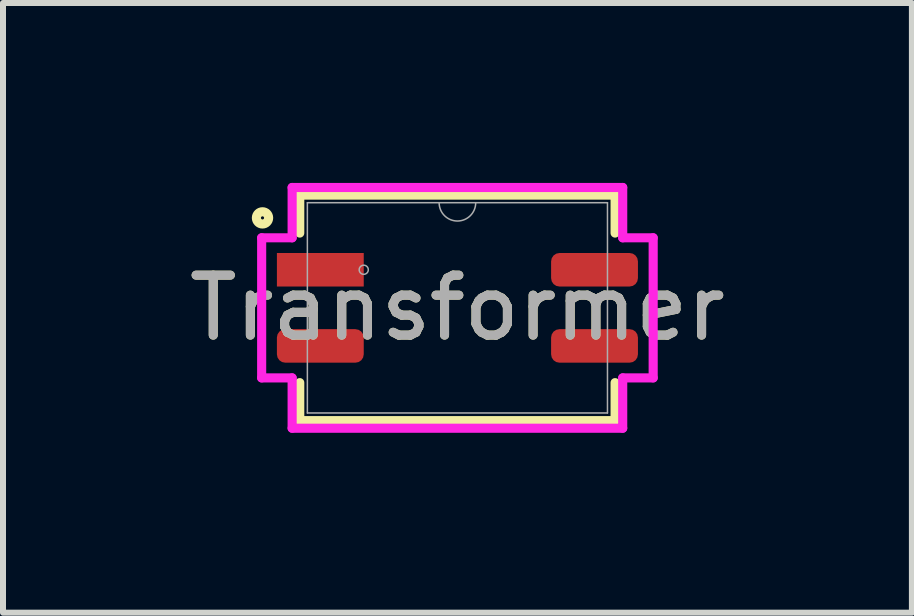
<source format=kicad_pcb>
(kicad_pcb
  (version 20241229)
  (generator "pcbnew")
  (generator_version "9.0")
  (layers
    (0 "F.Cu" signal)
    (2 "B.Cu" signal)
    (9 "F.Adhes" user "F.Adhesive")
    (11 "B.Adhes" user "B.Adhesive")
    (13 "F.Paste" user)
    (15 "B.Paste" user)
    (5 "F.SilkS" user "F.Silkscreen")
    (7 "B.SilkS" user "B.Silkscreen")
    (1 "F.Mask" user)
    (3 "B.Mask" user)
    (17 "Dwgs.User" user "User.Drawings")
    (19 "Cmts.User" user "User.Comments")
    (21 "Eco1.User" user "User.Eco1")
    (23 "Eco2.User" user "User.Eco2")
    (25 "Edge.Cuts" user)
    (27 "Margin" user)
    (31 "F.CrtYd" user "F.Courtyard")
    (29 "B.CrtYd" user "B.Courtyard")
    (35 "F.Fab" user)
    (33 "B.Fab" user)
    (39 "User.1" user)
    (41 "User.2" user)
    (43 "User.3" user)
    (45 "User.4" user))
  (footprint "Transformer"
    (layer "F.Cu")
    (at 4.577 2.083)
    (property "Reference" "Transformer" (at 0 0 0) (unlocked yes) (layer "F.SilkS") (effects (font (size 1 1) (thickness 0.15))))
    (attr smd)
    (fp_line (start -2.629 -1.88) (end -2.629 -1.247) (stroke (width 0.152) (type solid)) (layer "F.SilkS"))
    (fp_line (start -2.629 1.247) (end -2.629 1.88) (stroke (width 0.152) (type solid)) (layer "F.SilkS"))
    (fp_line (start -2.629 1.88) (end 2.629 1.88) (stroke (width 0.152) (type solid)) (layer "F.SilkS"))
    (fp_line (start 2.629 -1.88) (end -2.629 -1.88) (stroke (width 0.152) (type solid)) (layer "F.SilkS"))
    (fp_line (start 2.629 -1.247) (end 2.629 -1.88) (stroke (width 0.152) (type solid)) (layer "F.SilkS"))
    (fp_line (start 2.629 1.88) (end 2.629 1.247) (stroke (width 0.152) (type solid)) (layer "F.SilkS"))
    (fp_circle (center -3.25 -1.5) (end -3.148 -1.5) (stroke (width 0.152) (type solid)) (fill no) (layer "F.SilkS"))
    (fp_line (start -3.264 -1.168) (end -2.756 -1.168) (stroke (width 0.152) (type solid)) (layer "F.CrtYd"))
    (fp_line (start -3.264 1.168) (end -3.264 -1.168) (stroke (width 0.152) (type solid)) (layer "F.CrtYd"))
    (fp_line (start -3.264 1.168) (end -2.756 1.168) (stroke (width 0.152) (type solid)) (layer "F.CrtYd"))
    (fp_line (start -2.756 -2.007) (end 2.756 -2.007) (stroke (width 0.152) (type solid)) (layer "F.CrtYd"))
    (fp_line (start -2.756 -1.168) (end -2.756 -2.007) (stroke (width 0.152) (type solid)) (layer "F.CrtYd"))
    (fp_line (start -2.756 2.007) (end -2.756 1.168) (stroke (width 0.152) (type solid)) (layer "F.CrtYd"))
    (fp_line (start 2.756 -2.007) (end 2.756 -1.168) (stroke (width 0.152) (type solid)) (layer "F.CrtYd"))
    (fp_line (start 2.756 1.168) (end 2.756 2.007) (stroke (width 0.152) (type solid)) (layer "F.CrtYd"))
    (fp_line (start 2.756 2.007) (end -2.756 2.007) (stroke (width 0.152) (type solid)) (layer "F.CrtYd"))
    (fp_line (start 3.264 -1.168) (end 2.756 -1.168) (stroke (width 0.152) (type solid)) (layer "F.CrtYd"))
    (fp_line (start 3.264 -1.168) (end 3.264 1.168) (stroke (width 0.152) (type solid)) (layer "F.CrtYd"))
    (fp_line (start 3.264 1.168) (end 2.756 1.168) (stroke (width 0.152) (type solid)) (layer "F.CrtYd"))
    (fp_line (start -2.502 -1.753) (end -2.502 1.753) (stroke (width 0.025) (type solid)) (layer "F.Fab"))
    (fp_line (start -2.502 1.753) (end 2.502 1.753) (stroke (width 0.025) (type solid)) (layer "F.Fab"))
    (fp_line (start 2.502 -1.753) (end -2.502 -1.753) (stroke (width 0.025) (type solid)) (layer "F.Fab"))
    (fp_line (start 2.502 1.753) (end 2.502 -1.753) (stroke (width 0.025) (type solid)) (layer "F.Fab"))
    (fp_arc (start 0.3048 -1.7526) (mid 0 -1.4478) (end -0.3048 -1.7526) (stroke (width 0.0254) (type solid)) (layer "F.Fab"))
    (fp_circle (center -1.562 -0.635) (end -1.486 -0.635) (stroke (width 0.025) (type solid)) (fill no) (layer "F.Fab"))
    (fp_text user "${REFERENCE}" (at 0 0 0) (unlocked yes) (layer "F.Fab") (effects (font (size 1 1) (thickness 0.15))))
    (pad "1" smd rect (at -2.286 -0.635) (size 1.448 0.559) (layers "F.Cu" "F.Mask" "F.Paste"))
    (pad "2" smd roundrect (at -2.286 0.635) (size 1.448 0.559) (layers "F.Cu" "F.Mask" "F.Paste") (roundrect_rratio 0.25))
    (pad "3" smd roundrect (at 2.286 0.635) (size 1.448 0.559) (layers "F.Cu" "F.Mask" "F.Paste") (roundrect_rratio 0.25))
    (pad "4" smd roundrect (at 2.286 -0.635) (size 1.448 0.559) (layers "F.Cu" "F.Mask" "F.Paste") (roundrect_rratio 0.25)))
  (gr_rect
    (start -3 -3)
    (end 12.155 7.166)
    (stroke (width 0.1) (type default))
    (fill no)
    (layer "Edge.Cuts")))
</source>
